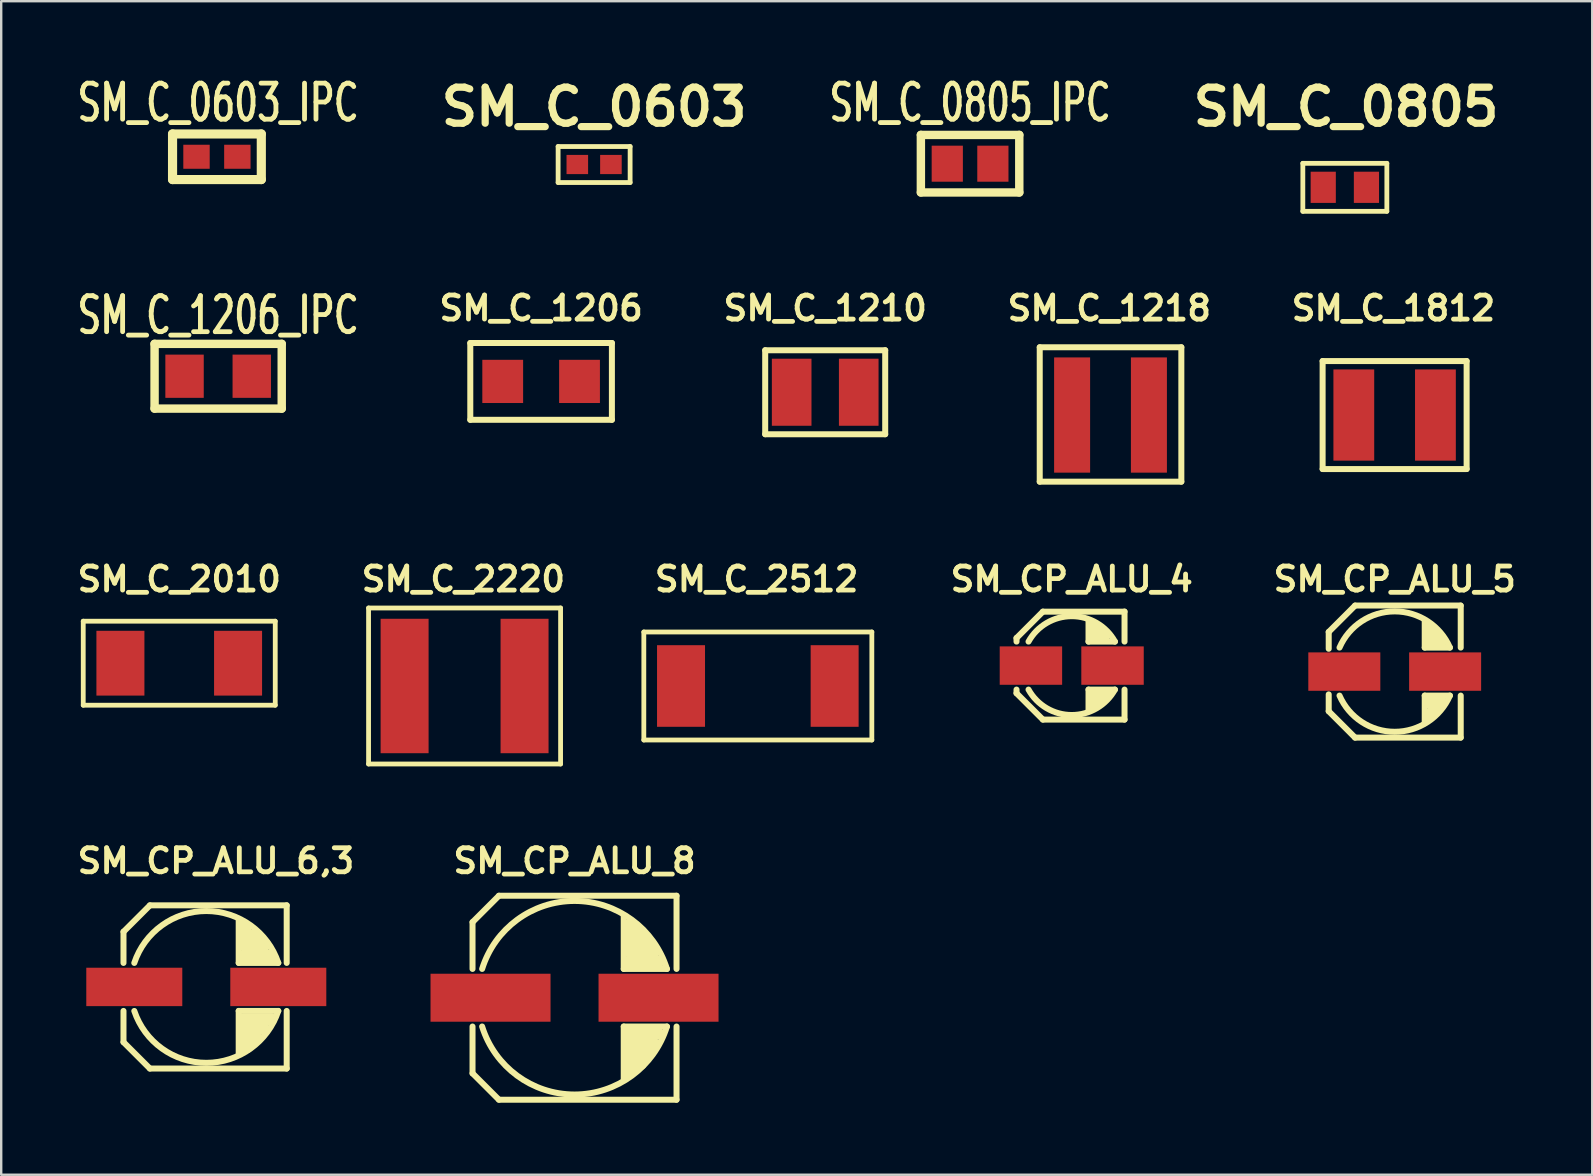
<source format=kicad_pcb>
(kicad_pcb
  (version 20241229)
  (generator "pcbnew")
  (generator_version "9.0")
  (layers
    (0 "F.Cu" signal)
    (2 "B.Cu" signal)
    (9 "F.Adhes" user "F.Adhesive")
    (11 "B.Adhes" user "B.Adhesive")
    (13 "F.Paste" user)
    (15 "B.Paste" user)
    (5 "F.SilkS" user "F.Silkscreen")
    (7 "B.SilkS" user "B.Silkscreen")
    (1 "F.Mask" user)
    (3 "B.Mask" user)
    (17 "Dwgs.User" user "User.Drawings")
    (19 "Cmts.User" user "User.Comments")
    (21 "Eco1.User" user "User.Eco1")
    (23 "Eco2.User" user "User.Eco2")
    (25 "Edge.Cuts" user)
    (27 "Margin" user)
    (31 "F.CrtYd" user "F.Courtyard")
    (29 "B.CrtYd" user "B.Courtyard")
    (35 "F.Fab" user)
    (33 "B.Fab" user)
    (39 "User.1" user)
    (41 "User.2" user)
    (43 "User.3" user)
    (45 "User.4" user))
  (footprint "SM_C_1210"
    (layer "F.Cu")
    (at 31.331 13.292)
    (property "Reference" "SM_C_1210" (at 0 -3.5 0) (layer "F.SilkS") (effects (font (size 1.001 1.001) (thickness 0.201))))
    (attr through_hole)
    (fp_line (start -2.5 -1.75) (end 2.5 -1.75) (stroke (width 0.25) (type solid)) (layer "F.SilkS"))
    (fp_line (start -2.5 1.75) (end -2.5 -1.75) (stroke (width 0.25) (type solid)) (layer "F.SilkS"))
    (fp_line (start 2.5 -1.75) (end 2.5 1.75) (stroke (width 0.25) (type solid)) (layer "F.SilkS"))
    (fp_line (start 2.5 1.75) (end -2.5 1.75) (stroke (width 0.25) (type solid)) (layer "F.SilkS"))
    (pad "1" smd rect (at -1.397 0) (size 1.651 2.794) (layers "F.Cu" "F.Mask" "F.Paste"))
    (pad "2" smd rect (at 1.397 0) (size 1.651 2.794) (layers "F.Cu" "F.Mask" "F.Paste")))
  (footprint "SM_CP_ALU_6,3"
    (layer "F.Cu")
    (at 5.545 38.069)
    (property "Reference" "SM_CP_ALU_6,3" (at 0.399 -5.25 0) (layer "F.SilkS") (effects (font (size 1.001 1.001) (thickness 0.201))))
    (attr through_hole)
    (fp_line (start -3.45 -2.3) (end -3.45 -1) (stroke (width 0.25) (type solid)) (layer "F.SilkS"))
    (fp_line (start -3.45 2.3) (end -3.45 1) (stroke (width 0.25) (type solid)) (layer "F.SilkS"))
    (fp_line (start -3.449 2.301) (end -2.349 3.401) (stroke (width 0.25) (type solid)) (layer "F.SilkS"))
    (fp_line (start -2.349 -3.399) (end -3.449 -2.299) (stroke (width 0.25) (type solid)) (layer "F.SilkS"))
    (fp_line (start 1.35 -1) (end 1.35 -2.8) (stroke (width 0.25) (type solid)) (layer "F.SilkS"))
    (fp_line (start 1.35 1) (end 1.35 2.8) (stroke (width 0.25) (type solid)) (layer "F.SilkS"))
    (fp_line (start 1.5 -2.5) (end 1.65 -2.5) (stroke (width 0.5) (type solid)) (layer "F.SilkS"))
    (fp_line (start 1.55 -2.15) (end 2.1 -2.15) (stroke (width 0.5) (type solid)) (layer "F.SilkS"))
    (fp_line (start 1.55 -1.75) (end 2.45 -1.75) (stroke (width 0.5) (type solid)) (layer "F.SilkS"))
    (fp_line (start 1.55 -1.3) (end 2.65 -1.3) (stroke (width 0.5) (type solid)) (layer "F.SilkS"))
    (fp_line (start 1.55 1.35) (end 2.7 1.35) (stroke (width 0.5) (type solid)) (layer "F.SilkS"))
    (fp_line (start 1.55 1.75) (end 2.4 1.75) (stroke (width 0.5) (type solid)) (layer "F.SilkS"))
    (fp_line (start 1.55 2.15) (end 2.1 2.15) (stroke (width 0.5) (type solid)) (layer "F.SilkS"))
    (fp_line (start 1.55 2.5) (end 1.7 2.5) (stroke (width 0.5) (type solid)) (layer "F.SilkS"))
    (fp_line (start 3 -1) (end 1.35 -1) (stroke (width 0.25) (type solid)) (layer "F.SilkS"))
    (fp_line (start 3 1) (end 1.35 1) (stroke (width 0.25) (type solid)) (layer "F.SilkS"))
    (fp_line (start 3.35 -3.4) (end 3.35 -1) (stroke (width 0.25) (type solid)) (layer "F.SilkS"))
    (fp_line (start 3.35 3.4) (end 3.35 1) (stroke (width 0.25) (type solid)) (layer "F.SilkS"))
    (fp_line (start 3.35 -3.399) (end -2.349 -3.399) (stroke (width 0.25) (type solid)) (layer "F.SilkS"))
    (fp_line (start 3.35 3.401) (end -2.349 3.401) (stroke (width 0.25) (type solid)) (layer "F.SilkS"))
    (fp_arc (start -3 -1) (mid -0.000831 -3.162278) (end 2.999474 -1.001576) (stroke (width 0.25) (type solid)) (layer "F.SilkS"))
    (fp_arc (start 3 1) (mid 0.000831 3.162278) (end -2.999474 1.001576) (stroke (width 0.25) (type solid)) (layer "F.SilkS"))
    (pad "1" smd rect (at -3 0) (size 4 1.6) (layers "F.Cu" "F.Mask" "F.Paste"))
    (pad "2" smd rect (at 3 0) (size 4 1.6) (layers "F.Cu" "F.Mask" "F.Paste")))
  (footprint "SM_CP_ALU_8"
    (layer "F.Cu")
    (at 20.887 38.519)
    (property "Reference" "SM_CP_ALU_8" (at 0 -5.7 0) (layer "F.SilkS") (effects (font (size 1.001 1.001) (thickness 0.201))))
    (attr through_hole)
    (fp_line (start -4.25 -3.15) (end -4.25 -1.2) (stroke (width 0.25) (type solid)) (layer "F.SilkS"))
    (fp_line (start -4.25 3.15) (end -4.25 1.2) (stroke (width 0.25) (type solid)) (layer "F.SilkS"))
    (fp_line (start -4.249 3.15) (end -3.15 4.249) (stroke (width 0.25) (type solid)) (layer "F.SilkS"))
    (fp_line (start -3.15 -4.249) (end -4.249 -3.15) (stroke (width 0.25) (type solid)) (layer "F.SilkS"))
    (fp_line (start -3.15 4.249) (end 4.249 4.249) (stroke (width 0.25) (type solid)) (layer "F.SilkS"))
    (fp_line (start 2.05 -1.2) (end 2.05 -3.4) (stroke (width 0.25) (type solid)) (layer "F.SilkS"))
    (fp_line (start 2.05 1.2) (end 2.05 3.4) (stroke (width 0.25) (type solid)) (layer "F.SilkS"))
    (fp_line (start 2.25 -2.75) (end 2.75 -2.75) (stroke (width 0.5) (type solid)) (layer "F.SilkS"))
    (fp_line (start 2.25 -2.35) (end 3.05 -2.35) (stroke (width 0.5) (type solid)) (layer "F.SilkS"))
    (fp_line (start 2.25 -1.95) (end 3.35 -1.95) (stroke (width 0.5) (type solid)) (layer "F.SilkS"))
    (fp_line (start 2.25 -1.5) (end 3.5 -1.5) (stroke (width 0.5) (type solid)) (layer "F.SilkS"))
    (fp_line (start 2.25 1.5) (end 3.5 1.5) (stroke (width 0.5) (type solid)) (layer "F.SilkS"))
    (fp_line (start 2.25 1.95) (end 3.35 1.95) (stroke (width 0.5) (type solid)) (layer "F.SilkS"))
    (fp_line (start 2.25 2.35) (end 3.1 2.35) (stroke (width 0.5) (type solid)) (layer "F.SilkS"))
    (fp_line (start 2.25 2.75) (end 2.75 2.75) (stroke (width 0.5) (type solid)) (layer "F.SilkS"))
    (fp_line (start 2.75 -2.75) (end 2.3 -3.05) (stroke (width 0.5) (type solid)) (layer "F.SilkS"))
    (fp_line (start 2.75 2.75) (end 2.25 3.1) (stroke (width 0.5) (type solid)) (layer "F.SilkS"))
    (fp_line (start 3.05 -2.35) (end 3 -2.35) (stroke (width 0.5) (type solid)) (layer "F.SilkS"))
    (fp_line (start 3.85 -1.2) (end 2.05 -1.2) (stroke (width 0.25) (type solid)) (layer "F.SilkS"))
    (fp_line (start 3.85 1.2) (end 2.05 1.2) (stroke (width 0.25) (type solid)) (layer "F.SilkS"))
    (fp_line (start 4.249 -4.249) (end -3.15 -4.249) (stroke (width 0.25) (type solid)) (layer "F.SilkS"))
    (fp_line (start 4.25 -4.25) (end 4.25 -1.2) (stroke (width 0.25) (type solid)) (layer "F.SilkS"))
    (fp_line (start 4.25 4.25) (end 4.25 1.2) (stroke (width 0.25) (type solid)) (layer "F.SilkS"))
    (fp_arc (start -3.85 -1.2) (mid 0.00082 -4.032679) (end 3.850488 -1.198435) (stroke (width 0.25) (type solid)) (layer "F.SilkS"))
    (fp_arc (start 3.85 1.2) (mid -0.00082 4.032679) (end -3.850488 1.198435) (stroke (width 0.25) (type solid)) (layer "F.SilkS"))
    (pad "1" smd rect (at -3.5 0) (size 5 1.999) (layers "F.Cu" "F.Mask" "F.Paste"))
    (pad "2" smd rect (at 3.5 0) (size 5 1.999) (layers "F.Cu" "F.Mask" "F.Paste")))
  (footprint "SM_C_1206_IPC"
    (layer "F.Cu")
    (at 6.039 12.625)
    (property "Reference" "SM_C_1206_IPC" (at 0 -2.54 0) (layer "F.SilkS") (effects (font (size 1.501 1.001) (thickness 0.201))))
    (attr through_hole)
    (fp_line (start -2.649 -1.349) (end 2.649 -1.349) (stroke (width 0.351) (type solid)) (layer "F.SilkS"))
    (fp_line (start -2.649 1.349) (end -2.649 -1.349) (stroke (width 0.351) (type solid)) (layer "F.SilkS"))
    (fp_line (start 2.649 -1.349) (end 2.649 1.349) (stroke (width 0.351) (type solid)) (layer "F.SilkS"))
    (fp_line (start 2.649 1.349) (end -2.649 1.349) (stroke (width 0.351) (type solid)) (layer "F.SilkS"))
    (pad "1" smd rect (at -1.4 0) (size 1.6 1.801) (layers "F.Cu" "F.Mask" "F.Paste"))
    (pad "2" smd rect (at 1.4 0) (size 1.6 1.801) (layers "F.Cu" "F.Mask" "F.Paste")))
  (footprint "SM_C_2010"
    (layer "F.Cu")
    (at 4.418 24.581)
    (property "Reference" "SM_C_2010" (at 0 -3.5 0) (layer "F.SilkS") (effects (font (size 1.001 1.001) (thickness 0.201))))
    (attr through_hole)
    (fp_line (start -4 -1.75) (end 4 -1.75) (stroke (width 0.2) (type solid)) (layer "F.SilkS"))
    (fp_line (start -4 1.75) (end -4 -1.75) (stroke (width 0.2) (type solid)) (layer "F.SilkS"))
    (fp_line (start 4 -1.75) (end 4 1.75) (stroke (width 0.2) (type solid)) (layer "F.SilkS"))
    (fp_line (start 4 1.75) (end -4 1.75) (stroke (width 0.2) (type solid)) (layer "F.SilkS"))
    (pad "1" smd rect (at -2.451 0) (size 2 2.7) (layers "F.Cu" "F.Mask" "F.Paste"))
    (pad "2" smd rect (at 2.451 0) (size 2 2.7) (layers "F.Cu" "F.Mask" "F.Paste")))
  (footprint "SM_CP_ALU_5"
    (layer "F.Cu")
    (at 55.059 24.931)
    (property "Reference" "SM_CP_ALU_5" (at 0 -3.85 0) (layer "F.SilkS") (effects (font (size 1.001 1.001) (thickness 0.201))))
    (attr through_hole)
    (fp_line (start -2.751 -1.651) (end -1.651 -2.751) (stroke (width 0.25) (type solid)) (layer "F.SilkS"))
    (fp_line (start -2.75 -1.65) (end -2.75 -0.95) (stroke (width 0.25) (type solid)) (layer "F.SilkS"))
    (fp_line (start -2.75 1.65) (end -2.75 0.95) (stroke (width 0.25) (type solid)) (layer "F.SilkS"))
    (fp_line (start -1.651 -2.751) (end 2.748 -2.751) (stroke (width 0.25) (type solid)) (layer "F.SilkS"))
    (fp_line (start -1.651 2.751) (end -2.751 1.651) (stroke (width 0.25) (type solid)) (layer "F.SilkS"))
    (fp_line (start 1.25 -1) (end 1.25 -2.1) (stroke (width 0.25) (type solid)) (layer "F.SilkS"))
    (fp_line (start 1.25 1) (end 1.25 2.15) (stroke (width 0.25) (type solid)) (layer "F.SilkS"))
    (fp_line (start 1.45 -1.3) (end 1.95 -1.3) (stroke (width 0.5) (type solid)) (layer "F.SilkS"))
    (fp_line (start 1.45 1.3) (end 1.95 1.3) (stroke (width 0.5) (type solid)) (layer "F.SilkS"))
    (fp_line (start 1.95 -1.3) (end 1.45 -1.75) (stroke (width 0.5) (type solid)) (layer "F.SilkS"))
    (fp_line (start 1.95 1.3) (end 1.45 1.8) (stroke (width 0.5) (type solid)) (layer "F.SilkS"))
    (fp_line (start 2.3 -1) (end 1.25 -1) (stroke (width 0.25) (type solid)) (layer "F.SilkS"))
    (fp_line (start 2.3 1) (end 1.25 1) (stroke (width 0.25) (type solid)) (layer "F.SilkS"))
    (fp_line (start 2.748 2.751) (end -1.651 2.751) (stroke (width 0.25) (type solid)) (layer "F.SilkS"))
    (fp_line (start 2.75 -2.75) (end 2.75 -1) (stroke (width 0.25) (type solid)) (layer "F.SilkS"))
    (fp_line (start 2.75 2.75) (end 2.75 1) (stroke (width 0.25) (type solid)) (layer "F.SilkS"))
    (fp_arc (start -2.3 -1) (mid -0.000063 -2.507987) (end 2.29995 -1.000115) (stroke (width 0.25) (type solid)) (layer "F.SilkS"))
    (fp_arc (start 2.3 1) (mid 0.000063 2.507987) (end -2.29995 1.000115) (stroke (width 0.25) (type solid)) (layer "F.SilkS"))
    (pad "1" smd rect (at -2.1 0) (size 3 1.6) (layers "F.Cu" "F.Mask" "F.Paste"))
    (pad "2" smd rect (at 2.1 0) (size 3 1.6) (layers "F.Cu" "F.Mask" "F.Paste")))
  (footprint "SM_C_2512"
    (layer "F.Cu")
    (at 28.524 25.531)
    (property "Reference" "SM_C_2512" (at -0.051 -4.45 0) (layer "F.SilkS") (effects (font (size 1.001 1.001) (thickness 0.201))))
    (attr through_hole)
    (fp_line (start -4.75 -2.25) (end 4.75 -2.25) (stroke (width 0.2) (type solid)) (layer "F.SilkS"))
    (fp_line (start -4.75 2.25) (end -4.75 -2.25) (stroke (width 0.2) (type solid)) (layer "F.SilkS"))
    (fp_line (start 4.75 -2.25) (end 4.75 2.25) (stroke (width 0.2) (type solid)) (layer "F.SilkS"))
    (fp_line (start 4.75 2.25) (end -4.75 2.25) (stroke (width 0.2) (type solid)) (layer "F.SilkS"))
    (pad "1" smd rect (at -3.2 0) (size 1.999 3.4) (layers "F.Cu" "F.Mask" "F.Paste"))
    (pad "2" smd rect (at 3.2 0) (size 1.999 3.4) (layers "F.Cu" "F.Mask" "F.Paste")))
  (footprint "SM_C_1206"
    (layer "F.Cu")
    (at 19.495 12.841)
    (property "Reference" "SM_C_1206" (at 0 -3.051 0) (layer "F.SilkS") (effects (font (size 1.001 1.001) (thickness 0.2))))
    (attr through_hole)
    (fp_line (start -2.951 -1.6) (end 2.949 -1.6) (stroke (width 0.25) (type solid)) (layer "F.SilkS"))
    (fp_line (start -2.951 1.6) (end -2.951 -1.6) (stroke (width 0.25) (type solid)) (layer "F.SilkS"))
    (fp_line (start 2.949 -1.6) (end 2.949 1.6) (stroke (width 0.25) (type solid)) (layer "F.SilkS"))
    (fp_line (start 2.949 1.6) (end -2.951 1.6) (stroke (width 0.25) (type solid)) (layer "F.SilkS"))
    (pad "1" smd rect (at -1.6 0) (size 1.7 1.8) (layers "F.Cu" "F.Mask" "F.Paste"))
    (pad "2" smd rect (at 1.6 0) (size 1.7 1.8) (layers "F.Cu" "F.Mask" "F.Paste")))
  (footprint "SM_C_0603"
    (layer "F.Cu")
    (at 21.703 3.804)
    (property "Reference" "SM_C_0603" (at 0 -2.4 0) (layer "F.SilkS") (effects (font (size 1.501 1.501) (thickness 0.3))))
    (attr through_hole)
    (fp_line (start -1.5 -0.75) (end 1.5 -0.75) (stroke (width 0.2) (type solid)) (layer "F.SilkS"))
    (fp_line (start -1.5 0.75) (end -1.5 -0.75) (stroke (width 0.2) (type solid)) (layer "F.SilkS"))
    (fp_line (start 1.5 -0.75) (end 1.5 0.75) (stroke (width 0.2) (type solid)) (layer "F.SilkS"))
    (fp_line (start 1.5 0.75) (end -1.5 0.75) (stroke (width 0.2) (type solid)) (layer "F.SilkS"))
    (pad "1" smd rect (at -0.7 0) (size 0.899 0.8) (layers "F.Cu" "F.Mask" "F.Paste"))
    (pad "2" smd rect (at 0.7 0) (size 0.899 0.8) (layers "F.Cu" "F.Mask" "F.Paste")))
  (footprint "SM_CP_ALU_4"
    (layer "F.Cu")
    (at 41.602 24.681)
    (property "Reference" "SM_CP_ALU_4" (at 0 -3.6 0) (layer "F.SilkS") (effects (font (size 1.001 1.001) (thickness 0.201))))
    (attr through_hole)
    (fp_line (start -2.3 -1.15) (end -2.3 -1) (stroke (width 0.25) (type solid)) (layer "F.SilkS"))
    (fp_line (start -2.3 1.15) (end -2.3 1) (stroke (width 0.25) (type solid)) (layer "F.SilkS"))
    (fp_line (start -1.201 -2.248) (end -2.301 -1.148) (stroke (width 0.25) (type solid)) (layer "F.SilkS"))
    (fp_line (start -1.201 2.25) (end -2.301 1.151) (stroke (width 0.25) (type solid)) (layer "F.SilkS"))
    (fp_line (start 0.7 -1) (end 0.7 -1.9) (stroke (width 0.25) (type solid)) (layer "F.SilkS"))
    (fp_line (start 0.7 1) (end 0.7 1.9) (stroke (width 0.25) (type solid)) (layer "F.SilkS"))
    (fp_line (start 0.9 -1.25) (end 1.35 -1.25) (stroke (width 0.5) (type solid)) (layer "F.SilkS"))
    (fp_line (start 0.9 1.25) (end 1.4 1.25) (stroke (width 0.5) (type solid)) (layer "F.SilkS"))
    (fp_line (start 1.35 -1.25) (end 0.9 -1.55) (stroke (width 0.5) (type solid)) (layer "F.SilkS"))
    (fp_line (start 1.4 1.25) (end 0.95 1.6) (stroke (width 0.5) (type solid)) (layer "F.SilkS"))
    (fp_line (start 1.8 -1) (end 0.7 -1) (stroke (width 0.25) (type solid)) (layer "F.SilkS"))
    (fp_line (start 1.8 1) (end 0.7 1) (stroke (width 0.25) (type solid)) (layer "F.SilkS"))
    (fp_line (start 2.2 -2.248) (end -1.201 -2.248) (stroke (width 0.25) (type solid)) (layer "F.SilkS"))
    (fp_line (start 2.2 2.25) (end -1.201 2.25) (stroke (width 0.25) (type solid)) (layer "F.SilkS"))
    (fp_line (start 2.2 -2.25) (end 2.2 -1) (stroke (width 0.25) (type solid)) (layer "F.SilkS"))
    (fp_line (start 2.2 2.25) (end 2.2 1) (stroke (width 0.25) (type solid)) (layer "F.SilkS"))
    (fp_arc (start -1.8 -1) (mid 0.000165 -2.059126) (end 1.800161 -0.999711) (stroke (width 0.25) (type solid)) (layer "F.SilkS"))
    (fp_arc (start 1.8 1) (mid -0.000165 2.059126) (end -1.800161 0.999711) (stroke (width 0.25) (type solid)) (layer "F.SilkS"))
    (pad "1" smd rect (at -1.7 0) (size 2.601 1.6) (layers "F.Cu" "F.Mask" "F.Paste"))
    (pad "2" smd rect (at 1.7 0) (size 2.601 1.6) (layers "F.Cu" "F.Mask" "F.Paste")))
  (footprint "SM_C_1218"
    (layer "F.Cu")
    (at 43.218 14.242)
    (property "Reference" "SM_C_1218" (at -0.051 -4.45 0) (layer "F.SilkS") (effects (font (size 1.001 1.001) (thickness 0.201))))
    (attr through_hole)
    (fp_line (start -2.949 -2.824) (end 2.951 -2.824) (stroke (width 0.25) (type solid)) (layer "F.SilkS"))
    (fp_line (start -2.949 2.776) (end -2.949 -2.824) (stroke (width 0.25) (type solid)) (layer "F.SilkS"))
    (fp_line (start 2.951 -2.824) (end 2.951 2.776) (stroke (width 0.25) (type solid)) (layer "F.SilkS"))
    (fp_line (start 2.951 2.776) (end -2.949 2.776) (stroke (width 0.25) (type solid)) (layer "F.SilkS"))
    (pad "1" smd rect (at -1.6 0) (size 1.5 4.801) (layers "F.Cu" "F.Mask" "F.Paste"))
    (pad "2" smd rect (at 1.6 0) (size 1.5 4.801) (layers "F.Cu" "F.Mask" "F.Paste")))
  (footprint "SM_C_0603_IPC"
    (layer "F.Cu")
    (at 5.988 3.481)
    (property "Reference" "SM_C_0603_IPC" (at 0.051 -2.25 0) (layer "F.SilkS") (effects (font (size 1.501 1.001) (thickness 0.201))))
    (attr through_hole)
    (fp_line (start -1.849 -0.95) (end 1.849 -0.95) (stroke (width 0.381) (type solid)) (layer "F.SilkS"))
    (fp_line (start -1.849 0.95) (end -1.849 -0.95) (stroke (width 0.381) (type solid)) (layer "F.SilkS"))
    (fp_line (start 1.849 -0.95) (end 1.849 0.95) (stroke (width 0.381) (type solid)) (layer "F.SilkS"))
    (fp_line (start 1.849 0.95) (end -1.849 0.95) (stroke (width 0.381) (type solid)) (layer "F.SilkS"))
    (pad "1" smd rect (at -0.851 0) (size 1.1 1.001) (layers "F.Cu" "F.Mask" "F.Paste"))
    (pad "2" smd rect (at 0.851 0) (size 1.1 1.001) (layers "F.Cu" "F.Mask" "F.Paste")))
  (footprint "SM_C_0805_IPC"
    (layer "F.Cu")
    (at 37.367 3.77)
    (property "Reference" "SM_C_0805_IPC" (at 0 -2.54 0) (layer "F.SilkS") (effects (font (size 1.501 1.001) (thickness 0.201))))
    (attr through_hole)
    (fp_line (start -2.05 -1.199) (end 2.05 -1.199) (stroke (width 0.351) (type solid)) (layer "F.SilkS"))
    (fp_line (start -2.05 1.199) (end -2.05 -1.199) (stroke (width 0.351) (type solid)) (layer "F.SilkS"))
    (fp_line (start 2.05 -1.199) (end 2.05 1.199) (stroke (width 0.351) (type solid)) (layer "F.SilkS"))
    (fp_line (start 2.05 1.199) (end -2.05 1.199) (stroke (width 0.351) (type solid)) (layer "F.SilkS"))
    (pad "1" smd rect (at -0.95 0) (size 1.3 1.501) (layers "F.Cu" "F.Mask" "F.Paste"))
    (pad "2" smd rect (at 0.95 0) (size 1.3 1.501) (layers "F.Cu" "F.Mask" "F.Paste")))
  (footprint "SM_C_1812"
    (layer "F.Cu")
    (at 55.055 14.242)
    (property "Reference" "SM_C_1812" (at -0.051 -4.45 0) (layer "F.SilkS") (effects (font (size 1.001 1.001) (thickness 0.201))))
    (attr through_hole)
    (fp_line (start -3 -2.25) (end 3 -2.25) (stroke (width 0.25) (type solid)) (layer "F.SilkS"))
    (fp_line (start -3 2.25) (end -3 -2.25) (stroke (width 0.25) (type solid)) (layer "F.SilkS"))
    (fp_line (start 3 -2.25) (end 3 2.25) (stroke (width 0.25) (type solid)) (layer "F.SilkS"))
    (fp_line (start 3 2.25) (end -3 2.25) (stroke (width 0.25) (type solid)) (layer "F.SilkS"))
    (pad "1" smd rect (at -1.7 0) (size 1.7 3.8) (layers "F.Cu" "F.Mask" "F.Paste"))
    (pad "2" smd rect (at 1.7 0) (size 1.7 3.8) (layers "F.Cu" "F.Mask" "F.Paste")))
  (footprint "SM_C_0805"
    (layer "F.Cu")
    (at 52.981 4.754)
    (property "Reference" "SM_C_0805" (at 0.051 -3.35 0) (layer "F.SilkS") (effects (font (size 1.501 1.501) (thickness 0.3))))
    (attr through_hole)
    (fp_line (start -1.75 -1) (end 1.75 -1) (stroke (width 0.2) (type solid)) (layer "F.SilkS"))
    (fp_line (start -1.75 1) (end -1.75 -1) (stroke (width 0.2) (type solid)) (layer "F.SilkS"))
    (fp_line (start 1.75 -1) (end 1.75 1) (stroke (width 0.2) (type solid)) (layer "F.SilkS"))
    (fp_line (start 1.75 1) (end -1.75 1) (stroke (width 0.2) (type solid)) (layer "F.SilkS"))
    (pad "1" smd rect (at -0.9 0) (size 1.049 1.3) (layers "F.Cu" "F.Mask" "F.Paste"))
    (pad "2" smd rect (at 0.9 0) (size 1.049 1.3) (layers "F.Cu" "F.Mask" "F.Paste")))
  (footprint "SM_C_2220"
    (layer "F.Cu")
    (at 16.306 25.531)
    (property "Reference" "SM_C_2220" (at -0.051 -4.45 0) (layer "F.SilkS") (effects (font (size 1.001 1.001) (thickness 0.201))))
    (attr through_hole)
    (fp_line (start -4 -3.25) (end 4 -3.25) (stroke (width 0.2) (type solid)) (layer "F.SilkS"))
    (fp_line (start -4 3.25) (end -4 -3.25) (stroke (width 0.2) (type solid)) (layer "F.SilkS"))
    (fp_line (start 4 -3.25) (end 4 3.25) (stroke (width 0.2) (type solid)) (layer "F.SilkS"))
    (fp_line (start 4 3.25) (end -4 3.25) (stroke (width 0.2) (type solid)) (layer "F.SilkS"))
    (pad "1" smd rect (at -2.499 0) (size 1.999 5.601) (layers "F.Cu" "F.Mask" "F.Paste"))
    (pad "2" smd rect (at 2.499 0) (size 1.999 5.601) (layers "F.Cu" "F.Mask" "F.Paste")))
  (gr_rect
    (start -3 -3)
    (end 63.288 45.894)
    (stroke (width 0.1) (type default))
    (fill no)
    (layer "Edge.Cuts")))
</source>
